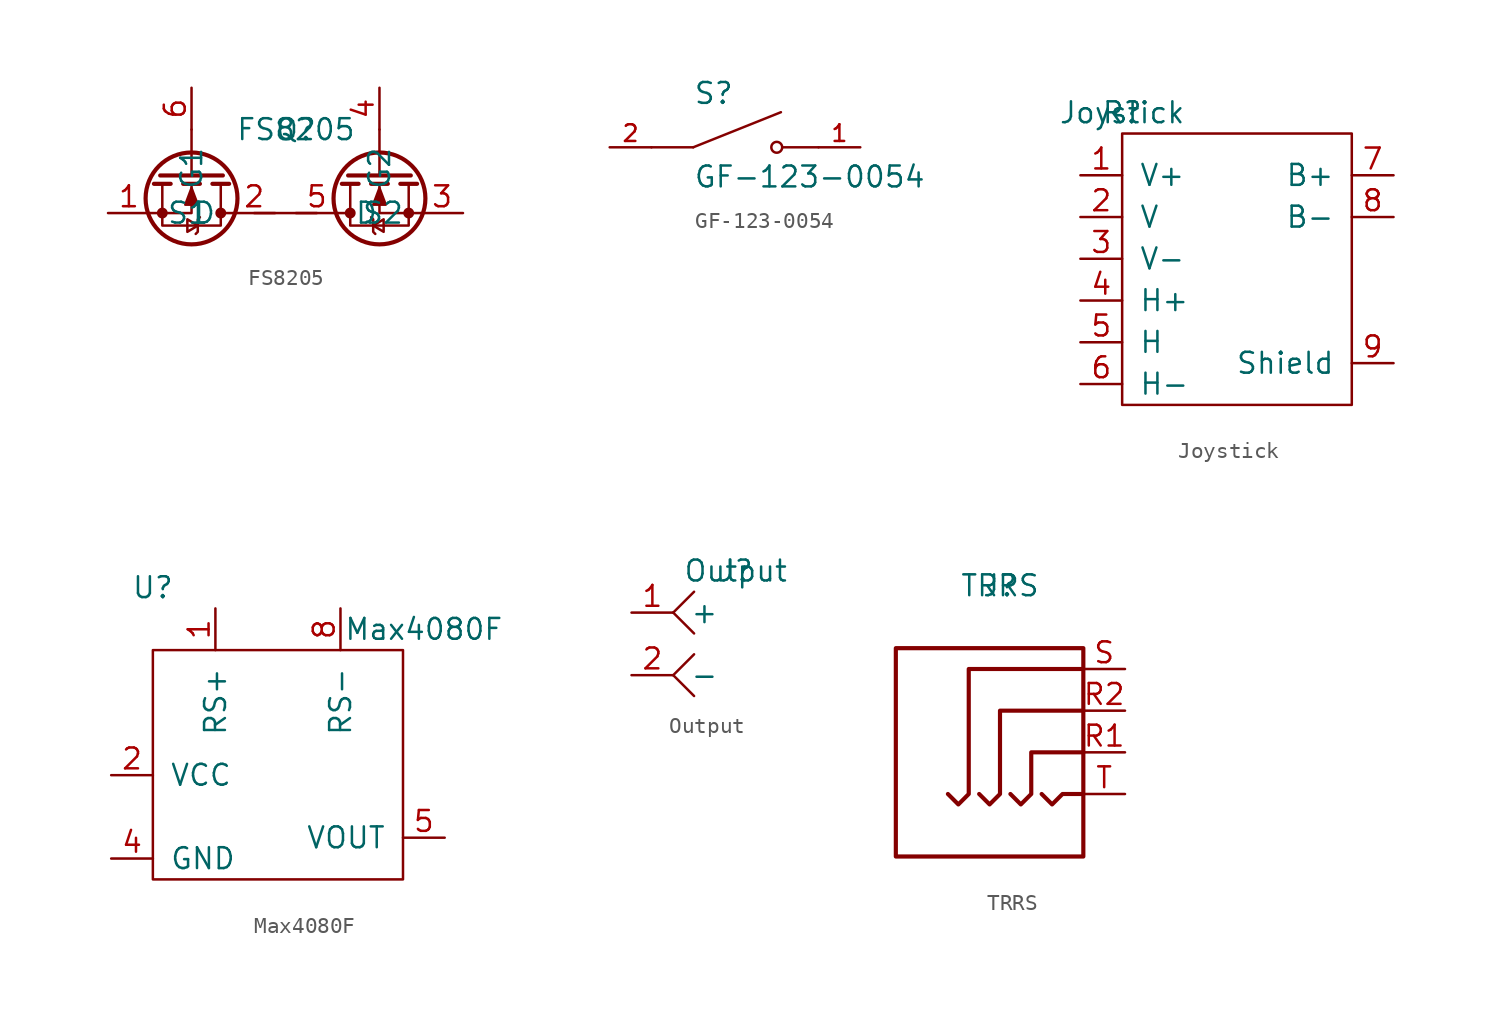
<source format=kicad_sym>
(kicad_symbol_lib
  (version 20211014)
  (generator kicad_symbol_editor)
  (symbol "FS8205"
    (pin_names
      (offset 1.016))
    (property "Reference" "Q"
      (at 0 0 0)
      (effects (font (size 1.27 1.27))))
    (property "Value" "FS8205"
      (at 0 0 0)
      (effects (font (size 1.27 1.27))))
    (symbol "FS8205_0_1"
      (polyline (pts (xy -2.54 -5.08) (xy 1.27 -5.08)) (stroke (width 0) (type default) (color 0 0 0 0)) (fill (type none))))
    (symbol "FS8205_1_1"
      (circle (center -8.128 -5.08) (radius 0.254) (stroke (width 0) (type default) (color 0 0 0 0)) (fill (type outline)))
      (circle (center -6.35 -4.191) (radius 2.794) (stroke (width 0.254) (type default) (color 0 0 0 0)) (fill (type none)))
      (circle (center -4.572 -5.08) (radius 0.254) (stroke (width 0) (type default) (color 0 0 0 0)) (fill (type outline)))
      (polyline (pts (xy -7.62 -3.302) (xy -8.636 -3.302)) (stroke (width 0.254) (type default) (color 0 0 0 0)) (fill (type none)))
      (polyline (pts (xy -6.35 -2.794) (xy -6.35 0)) (stroke (width 0) (type default) (color 0 0 0 0)) (fill (type none)))
      (polyline (pts (xy -5.842 -3.302) (xy -6.858 -3.302)) (stroke (width 0.254) (type default) (color 0 0 0 0)) (fill (type none)))
      (polyline (pts (xy -4.445 -2.794) (xy -8.255 -2.794)) (stroke (width 0.254) (type default) (color 0 0 0 0)) (fill (type none)))
      (polyline (pts (xy -4.064 -3.302) (xy -5.08 -3.302)) (stroke (width 0.254) (type default) (color 0 0 0 0)) (fill (type none)))
      (polyline (pts (xy -3.81 -5.08) (xy -4.572 -5.08)) (stroke (width 0) (type default) (color 0 0 0 0)) (fill (type none)))
      (polyline (pts (xy 2.54 -5.08) (xy 3.302 -5.08)) (stroke (width 0) (type default) (color 0 0 0 0)) (fill (type none)))
      (polyline (pts (xy 2.794 -3.302) (xy 3.81 -3.302)) (stroke (width 0.254) (type default) (color 0 0 0 0)) (fill (type none)))
      (polyline (pts (xy 3.175 -2.794) (xy 6.985 -2.794)) (stroke (width 0.254) (type default) (color 0 0 0 0)) (fill (type none)))
      (polyline (pts (xy 4.572 -3.302) (xy 5.588 -3.302)) (stroke (width 0.254) (type default) (color 0 0 0 0)) (fill (type none)))
      (polyline (pts (xy 5.08 -2.794) (xy 5.08 0)) (stroke (width 0) (type default) (color 0 0 0 0)) (fill (type none)))
      (polyline (pts (xy 6.35 -3.302) (xy 7.366 -3.302)) (stroke (width 0.254) (type default) (color 0 0 0 0)) (fill (type none)))
      (polyline (pts (xy -8.89 -5.08) (xy -6.35 -5.08) (xy -6.35 -3.302)) (stroke (width 0) (type default) (color 0 0 0 0)) (fill (type none)))
      (polyline (pts (xy 7.62 -5.08) (xy 5.08 -5.08) (xy 5.08 -3.302)) (stroke (width 0) (type default) (color 0 0 0 0)) (fill (type none)))
      (polyline (pts (xy -8.128 -3.302) (xy -8.128 -5.842) (xy -4.572 -5.842) (xy -4.572 -3.302)) (stroke (width 0) (type default) (color 0 0 0 0)) (fill (type none)))
      (polyline (pts (xy -6.35 -3.556) (xy -5.969 -4.572) (xy -6.731 -4.572) (xy -6.35 -3.556)) (stroke (width 0) (type default) (color 0 0 0 0)) (fill (type outline)))
      (polyline (pts (xy -5.969 -5.842) (xy -6.604 -5.461) (xy -6.604 -6.223) (xy -5.969 -5.842)) (stroke (width 0) (type default) (color 0 0 0 0)) (fill (type none)))
      (polyline (pts (xy -5.842 -5.334) (xy -5.969 -5.461) (xy -5.969 -6.223) (xy -6.096 -6.35)) (stroke (width 0) (type default) (color 0 0 0 0)) (fill (type none)))
      (polyline (pts (xy 4.572 -5.334) (xy 4.699 -5.461) (xy 4.699 -6.223) (xy 4.826 -6.35)) (stroke (width 0) (type default) (color 0 0 0 0)) (fill (type none)))
      (polyline (pts (xy 4.699 -5.842) (xy 5.334 -5.461) (xy 5.334 -6.223) (xy 4.699 -5.842)) (stroke (width 0) (type default) (color 0 0 0 0)) (fill (type none)))
      (polyline (pts (xy 5.08 -3.556) (xy 4.699 -4.572) (xy 5.461 -4.572) (xy 5.08 -3.556)) (stroke (width 0) (type default) (color 0 0 0 0)) (fill (type outline)))
      (polyline (pts (xy 6.858 -3.302) (xy 6.858 -5.842) (xy 3.302 -5.842) (xy 3.302 -3.302)) (stroke (width 0) (type default) (color 0 0 0 0)) (fill (type none)))
      (circle (center 3.302 -5.08) (radius 0.254) (stroke (width 0) (type default) (color 0 0 0 0)) (fill (type outline)))
      (circle (center 5.08 -4.191) (radius 2.794) (stroke (width 0.254) (type default) (color 0 0 0 0)) (fill (type none)))
      (circle (center 6.858 -5.08) (radius 0.254) (stroke (width 0) (type default) (color 0 0 0 0)) (fill (type outline)))
      (pin passive line (at -11.43 -5.08 0) (length 2.54) (name "S1" (effects (font (size 1.27 1.27)))) (number "1" (effects (font (size 1.27 1.27)))))
      (pin passive line (at -1.27 -5.08 180) (length 2.54) (name "D" (effects (font (size 1.27 1.27)))) (number "2" (effects (font (size 1.27 1.27)))))
      (pin passive line (at 10.16 -5.08 180) (length 2.54) (name "S2" (effects (font (size 1.27 1.27)))) (number "3" (effects (font (size 1.27 1.27)))))
      (pin input line (at 5.08 2.54 270) (length 2.54) (name "G2" (effects (font (size 1.27 1.27)))) (number "4" (effects (font (size 1.27 1.27)))))
      (pin passive line (at 0 -5.08 0) (length 2.54) (name "D" (effects (font (size 1.27 1.27)))) (number "5" (effects (font (size 1.27 1.27)))))
      (pin input line (at -6.35 2.54 270) (length 2.54) (name "G1" (effects (font (size 1.27 1.27)))) (number "6" (effects (font (size 1.27 1.27)))))))
  (symbol "GF-123-0054"
    (pin_names
      (offset 1.016) hide)
    (property "Reference" "S"
      (at -2.54 2.54 0)
      (effects (font (size 1.27 1.27)) (justify left bottom)))
    (property "Value" "GF-123-0054"
      (at -2.54 -2.54 0)
      (effects (font (size 1.27 1.27)) (justify left bottom)))
    (property "ki_locked" ""
      (at 0 0 0)
      (effects (font (size 1.27 1.27))))
    (symbol "GF-123-0054_0_0"
      (polyline (pts (xy -2.54 0) (xy -5.08 0)) (stroke (width 0.152) (type default) (color 0 0 0 0)) (fill (type none)))
      (polyline (pts (xy -2.54 0) (xy 2.794 2.134)) (stroke (width 0.152) (type default) (color 0 0 0 0)) (fill (type none)))
      (polyline (pts (xy 5.08 0) (xy 2.921 0)) (stroke (width 0.152) (type default) (color 0 0 0 0)) (fill (type none)))
      (circle (center 2.54 0) (radius 0.33) (stroke (width 0.152) (type default) (color 0 0 0 0)) (fill (type none)))
      (pin passive line (at 7.62 0 180) (length 2.54) (name "~" (effects (font (size 1.016 1.016)))) (number "1" (effects (font (size 1.016 1.016)))))
      (pin passive line (at -7.62 0 0) (length 2.54) (name "~" (effects (font (size 1.016 1.016)))) (number "2" (effects (font (size 1.016 1.016)))))))
  (symbol "Joystick"
    (pin_names
      (offset 1.016))
    (property "Reference" "R"
      (at 0 0 0)
      (effects (font (size 1.27 1.27))))
    (property "Value" "Joystick"
      (at 0 0 0)
      (effects (font (size 1.27 1.27))))
    (symbol "Joystick_0_1"
      (rectangle (start 0 -1.27) (end 13.97 -17.78) (stroke (width 0) (type default) (color 0 0 0 0)) (fill (type none))))
    (symbol "Joystick_1_1"
      (pin input line (at -2.54 -3.81 0) (length 2.54) (name "V+" (effects (font (size 1.27 1.27)))) (number "1" (effects (font (size 1.27 1.27)))))
      (pin input line (at -2.54 -6.35 0) (length 2.54) (name "V" (effects (font (size 1.27 1.27)))) (number "2" (effects (font (size 1.27 1.27)))))
      (pin input line (at -2.54 -8.89 0) (length 2.54) (name "V-" (effects (font (size 1.27 1.27)))) (number "3" (effects (font (size 1.27 1.27)))))
      (pin input line (at -2.54 -11.43 0) (length 2.54) (name "H+" (effects (font (size 1.27 1.27)))) (number "4" (effects (font (size 1.27 1.27)))))
      (pin input line (at -2.54 -13.97 0) (length 2.54) (name "H" (effects (font (size 1.27 1.27)))) (number "5" (effects (font (size 1.27 1.27)))))
      (pin input line (at -2.54 -16.51 0) (length 2.54) (name "H-" (effects (font (size 1.27 1.27)))) (number "6" (effects (font (size 1.27 1.27)))))
      (pin input line (at 16.51 -3.81 180) (length 2.54) (name "B+" (effects (font (size 1.27 1.27)))) (number "7" (effects (font (size 1.27 1.27)))))
      (pin input line (at 16.51 -6.35 180) (length 2.54) (name "B-" (effects (font (size 1.27 1.27)))) (number "8" (effects (font (size 1.27 1.27)))))
      (pin input line (at 16.51 -15.24 180) (length 2.54) (name "Shield" (effects (font (size 1.27 1.27)))) (number "9" (effects (font (size 1.27 1.27)))))))
  (symbol "Max4080F"
    (pin_names
      (offset 1.016))
    (property "Reference" "U"
      (at -6.35 8.89 0)
      (effects (font (size 1.27 1.27))))
    (property "Value" "Max4080F"
      (at 10.16 6.35 0)
      (effects (font (size 1.27 1.27))))
    (symbol "Max4080F_0_1"
      (rectangle (start -6.35 5.08) (end 8.89 -8.89) (stroke (width 0) (type default) (color 0 0 0 0)) (fill (type none))))
    (symbol "Max4080F_1_1"
      (pin power_in line (at -2.54 7.62 270) (length 2.54) (name "RS+" (effects (font (size 1.27 1.27)))) (number "1" (effects (font (size 1.27 1.27)))))
      (pin power_in line (at -8.89 -2.54 0) (length 2.54) (name "VCC" (effects (font (size 1.27 1.27)))) (number "2" (effects (font (size 1.27 1.27)))))
      (pin power_in line (at -8.89 -7.62 0) (length 2.54) (name "GND" (effects (font (size 1.27 1.27)))) (number "4" (effects (font (size 1.27 1.27)))))
      (pin power_out line (at 11.43 -6.35 180) (length 2.54) (name "VOUT" (effects (font (size 1.27 1.27)))) (number "5" (effects (font (size 1.27 1.27)))))
      (pin power_in line (at 5.08 7.62 270) (length 2.54) (name "RS-" (effects (font (size 1.27 1.27)))) (number "8" (effects (font (size 1.27 1.27)))))))
  (symbol "Output"
    (pin_names
      (offset 1.016))
    (property "Reference" "J"
      (at 0 0 0)
      (effects (font (size 1.27 1.27))))
    (property "Value" "Output"
      (at 0 0 0)
      (effects (font (size 1.27 1.27))))
    (symbol "Output_0_1"
      (polyline (pts (xy -3.81 -2.54) (xy -2.54 -3.81)) (stroke (width 0) (type default) (color 0 0 0 0)) (fill (type none)))
      (polyline (pts (xy -3.81 -2.54) (xy -2.54 -1.27)) (stroke (width 0) (type default) (color 0 0 0 0)) (fill (type none))))
    (symbol "Output_1_1"
      (polyline (pts (xy -3.81 -6.35) (xy -2.54 -7.62)) (stroke (width 0) (type default) (color 0 0 0 0)) (fill (type none)))
      (polyline (pts (xy -3.81 -6.35) (xy -2.54 -5.08)) (stroke (width 0) (type default) (color 0 0 0 0)) (fill (type none)))
      (pin power_out line (at -6.35 -2.54 0) (length 2.54) (name "+" (effects (font (size 1.27 1.27)))) (number "1" (effects (font (size 1.27 1.27)))))
      (pin power_out line (at -6.35 -6.35 0) (length 2.54) (name "-" (effects (font (size 1.27 1.27)))) (number "2" (effects (font (size 1.27 1.27)))))))
  (symbol "TRRS"
    (pin_names
      (offset 1.016))
    (property "Reference" "J"
      (at 0 0 0)
      (effects (font (size 1.27 1.27))))
    (property "Value" "TRRS"
      (at 0 0 0)
      (effects (font (size 1.27 1.27))))
    (symbol "TRRS_1_1"
      (rectangle (start -6.35 -3.81) (end 5.08 -16.51) (stroke (width 0.254) (type default) (color 0 0 0 0)) (fill (type none)))
      (polyline (pts (xy 2.54 -12.7) (xy 3.175 -13.335) (xy 3.81 -12.7) (xy 5.08 -12.7)) (stroke (width 0.254) (type default) (color 0 0 0 0)) (fill (type none)))
      (polyline (pts (xy -3.175 -12.7) (xy -2.54 -13.335) (xy -1.905 -12.7) (xy -1.905 -5.08) (xy 5.08 -5.08)) (stroke (width 0.254) (type default) (color 0 0 0 0)) (fill (type none)))
      (polyline (pts (xy 0.635 -12.7) (xy 1.27 -13.335) (xy 1.905 -12.7) (xy 1.905 -10.16) (xy 5.08 -10.16)) (stroke (width 0.254) (type default) (color 0 0 0 0)) (fill (type none)))
      (polyline (pts (xy 5.08 -7.62) (xy 0 -7.62) (xy 0 -12.7) (xy -0.635 -13.335) (xy -1.27 -12.7)) (stroke (width 0.254) (type default) (color 0 0 0 0)) (fill (type none)))
      (pin passive line (at 7.62 -10.16 180) (length 2.54) (name "~" (effects (font (size 1.27 1.27)))) (number "R1" (effects (font (size 1.27 1.27)))))
      (pin passive line (at 7.62 -7.62 180) (length 2.54) (name "~" (effects (font (size 1.27 1.27)))) (number "R2" (effects (font (size 1.27 1.27)))))
      (pin passive line (at 7.62 -5.08 180) (length 2.54) (name "~" (effects (font (size 1.27 1.27)))) (number "S" (effects (font (size 1.27 1.27)))))
      (pin passive line (at 7.62 -12.7 180) (length 2.54) (name "~" (effects (font (size 1.27 1.27)))) (number "T" (effects (font (size 1.27 1.27))))))))
</source>
